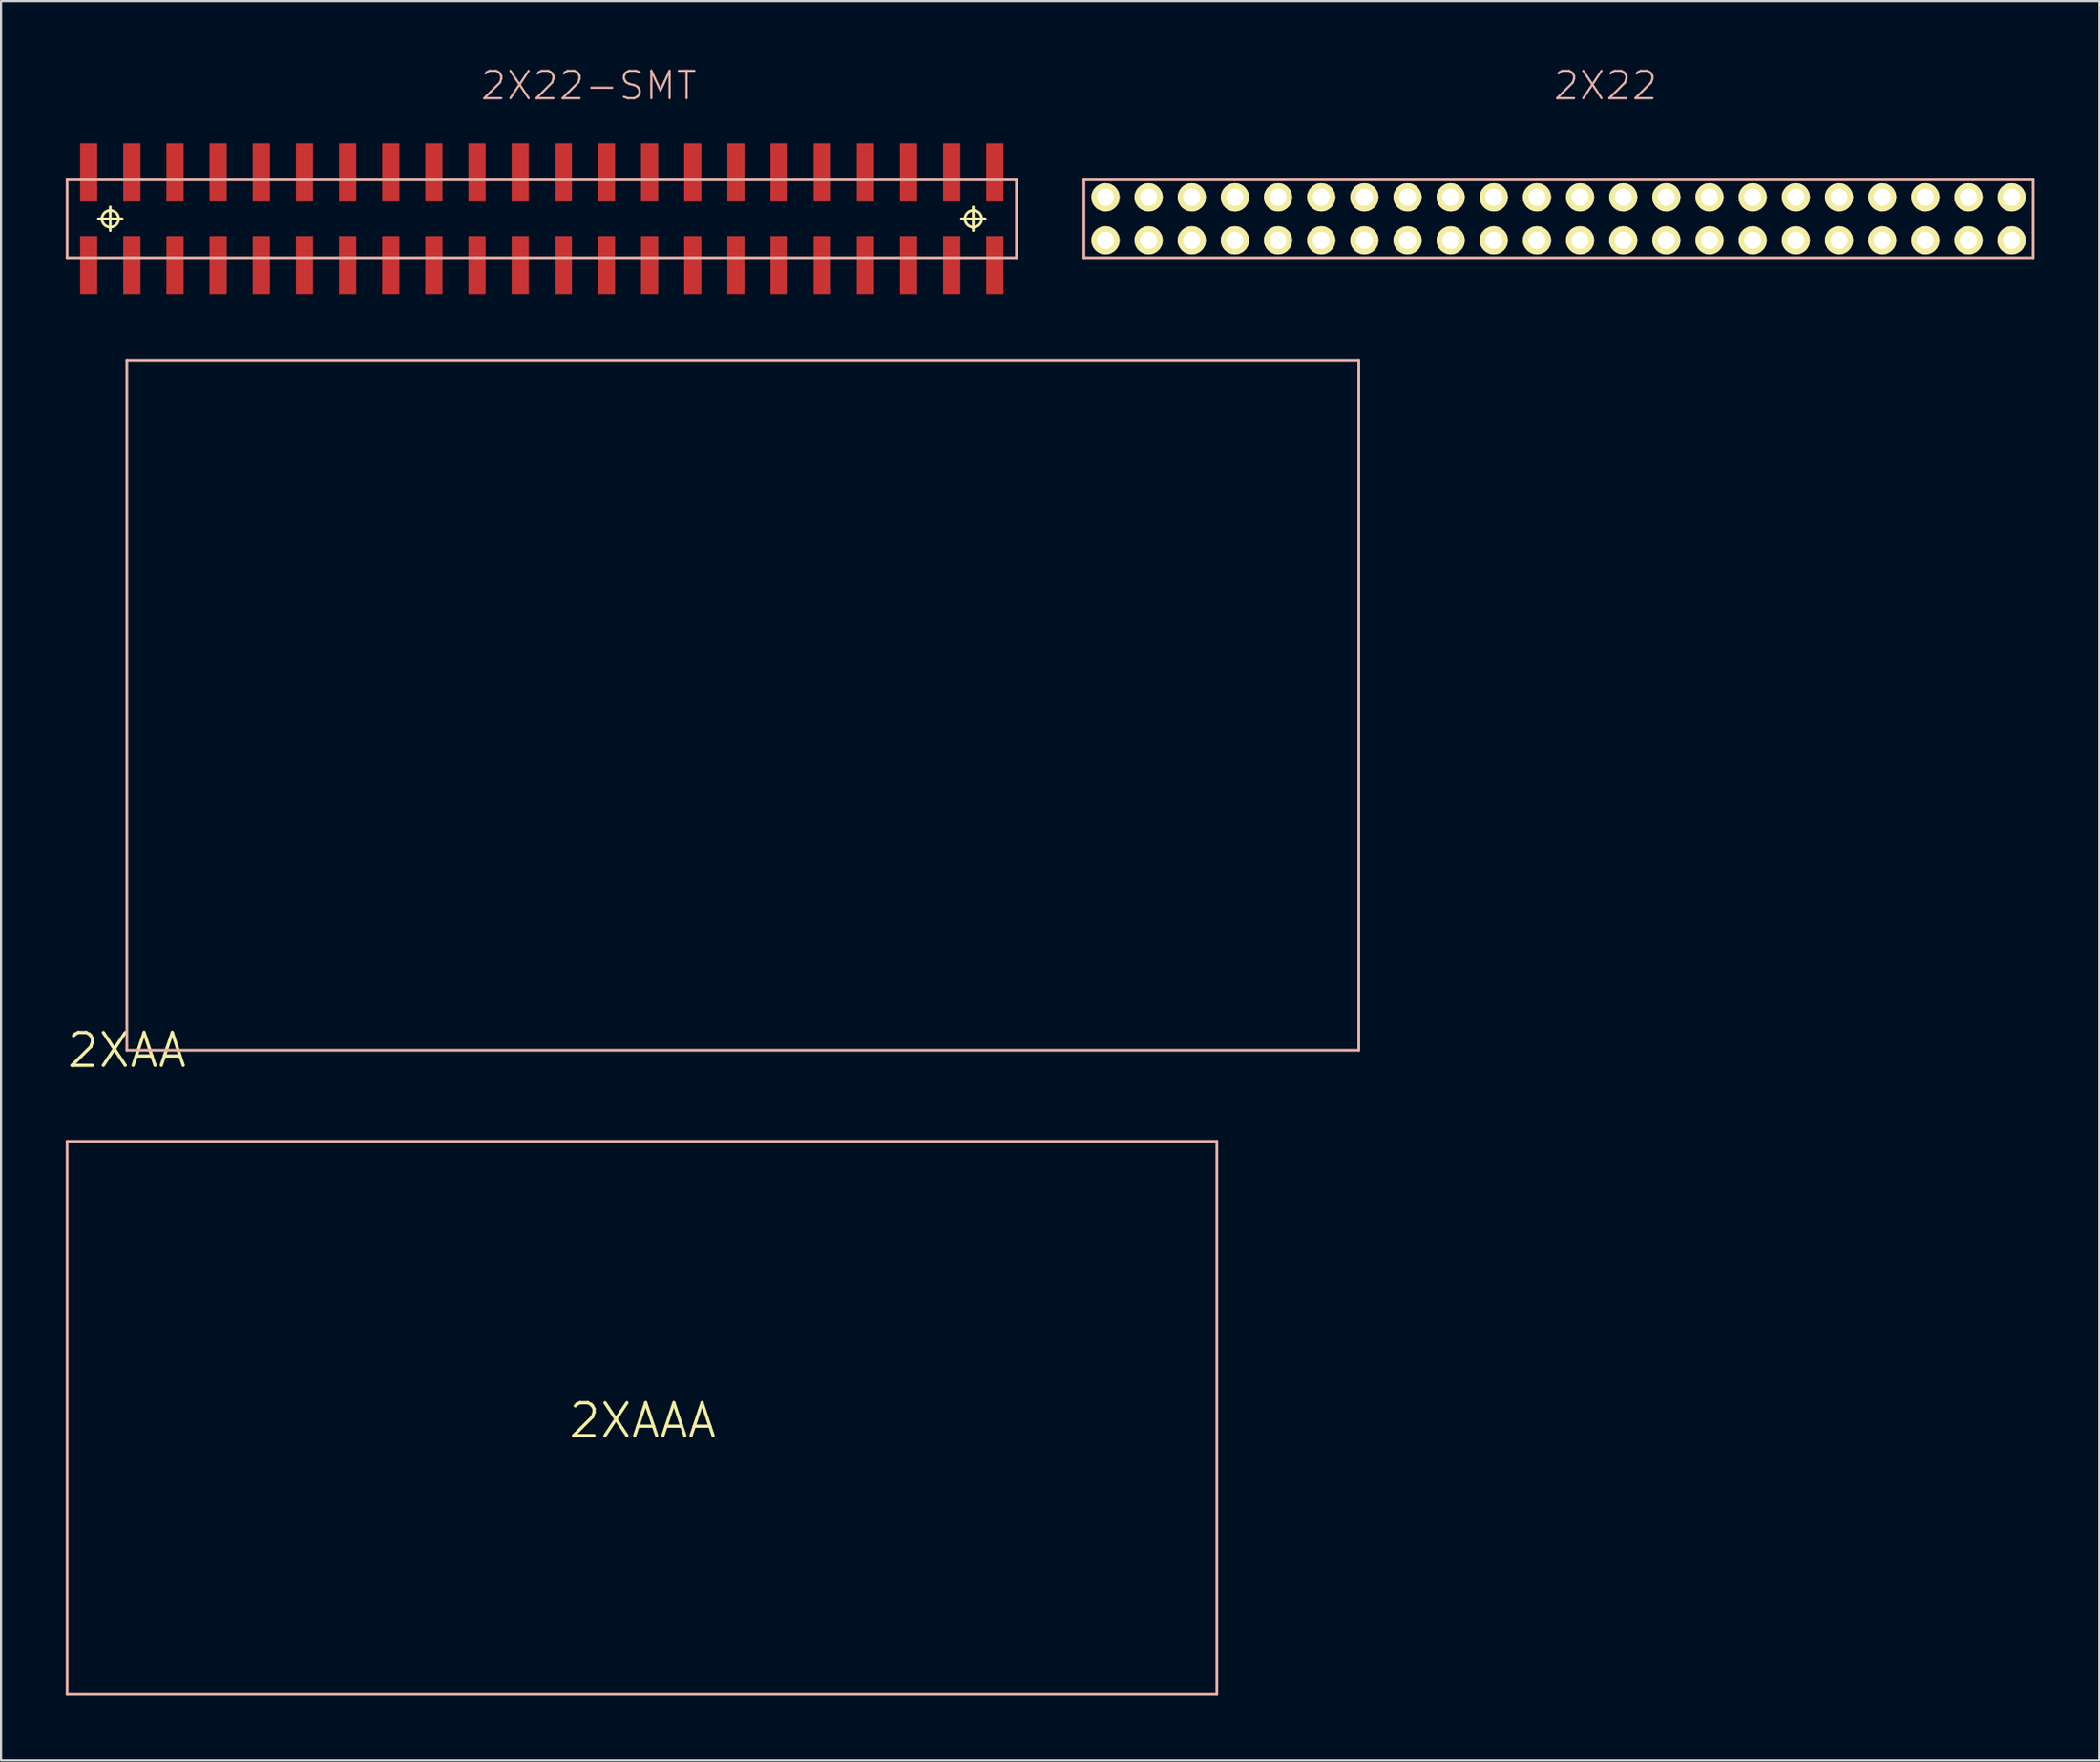
<source format=kicad_pcb>
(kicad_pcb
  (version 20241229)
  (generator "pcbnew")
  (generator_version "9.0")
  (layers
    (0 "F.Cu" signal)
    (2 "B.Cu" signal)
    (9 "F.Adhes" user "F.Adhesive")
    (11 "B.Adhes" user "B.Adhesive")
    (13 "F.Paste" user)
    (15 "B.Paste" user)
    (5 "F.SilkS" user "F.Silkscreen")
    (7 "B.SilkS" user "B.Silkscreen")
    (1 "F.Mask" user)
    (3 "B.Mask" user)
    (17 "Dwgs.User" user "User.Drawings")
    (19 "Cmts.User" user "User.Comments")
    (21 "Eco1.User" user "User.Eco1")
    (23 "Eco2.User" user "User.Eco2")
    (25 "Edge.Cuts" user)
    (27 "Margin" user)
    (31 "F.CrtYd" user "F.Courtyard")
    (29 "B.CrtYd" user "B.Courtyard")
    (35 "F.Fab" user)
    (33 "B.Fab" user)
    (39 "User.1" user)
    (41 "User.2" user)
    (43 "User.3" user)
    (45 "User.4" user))
  (footprint "2XAAA"
    (layer "F.Cu")
    (at 26.733 62.823)
    (property "Reference" "2XAAA" (at 0 0 0) (layer "F.SilkS") (effects (font (size 1.524 1.524) (thickness 0.15))))
    (attr exclude_from_pos_files exclude_from_bom)
    (fp_line (start -26.67 -12.949) (end -26.67 12.7) (stroke (width 0.127) (type solid)) (layer "B.SilkS"))
    (fp_line (start -26.67 12.7) (end 26.619 12.7) (stroke (width 0.127) (type solid)) (layer "B.SilkS"))
    (fp_line (start 26.619 -12.949) (end -26.67 -12.949) (stroke (width 0.127) (type solid)) (layer "B.SilkS"))
    (fp_line (start 26.619 12.7) (end 26.619 -12.949) (stroke (width 0.127) (type solid)) (layer "B.SilkS")))
  (footprint "2XAA"
    (layer "F.Cu")
    (at 2.83 45.656)
    (property "Reference" "2XAA" (at 0 0 0) (layer "F.SilkS") (effects (font (size 1.524 1.524) (thickness 0.15))))
    (attr exclude_from_pos_files exclude_from_bom)
    (fp_line (start 0 -31.999) (end 0 0) (stroke (width 0.127) (type solid)) (layer "B.SilkS"))
    (fp_line (start 0 0) (end 57.099 0) (stroke (width 0.127) (type solid)) (layer "B.SilkS"))
    (fp_line (start 57.099 -31.999) (end 0 -31.999) (stroke (width 0.127) (type solid)) (layer "B.SilkS"))
    (fp_line (start 57.099 0) (end 57.099 -31.999) (stroke (width 0.127) (type solid)) (layer "B.SilkS")))
  (footprint "2X22-SMT"
    (layer "F.Cu")
    (at 22.062 7.096)
    (property "Reference" "2X22-SMT" (at 2.174 -6.175 0) (layer "B.SilkS") (effects (font (size 1.27 1.27) (thickness 0.102))))
    (attr smd)
    (fp_line (start -20.549 0) (end -19.449 0) (stroke (width 0.127) (type solid)) (layer "F.SilkS"))
    (fp_line (start -20 0.549) (end -20 -0.549) (stroke (width 0.127) (type solid)) (layer "F.SilkS"))
    (fp_line (start 19.449 0) (end 20.549 0) (stroke (width 0.127) (type solid)) (layer "F.SilkS"))
    (fp_line (start 20 0.549) (end 20 -0.549) (stroke (width 0.127) (type solid)) (layer "F.SilkS"))
    (fp_circle (center -20 0) (end -20.274 0.274) (stroke (width 0.127) (type solid)) (fill no) (layer "F.SilkS"))
    (fp_circle (center 20 0) (end 20.274 0.274) (stroke (width 0.127) (type solid)) (fill no) (layer "F.SilkS"))
    (fp_line (start -21.999 -1.808) (end -21.999 1.808) (stroke (width 0.127) (type solid)) (layer "B.SilkS"))
    (fp_line (start -21.999 1.808) (end 21.999 1.808) (stroke (width 0.127) (type solid)) (layer "B.SilkS"))
    (fp_line (start 21.999 -1.808) (end -21.999 -1.808) (stroke (width 0.127) (type solid)) (layer "B.SilkS"))
    (fp_line (start 21.999 1.808) (end 21.999 -1.808) (stroke (width 0.127) (type solid)) (layer "B.SilkS"))
    (pad "1" smd rect (at -20.998 -2.149 90) (size 2.697 0.798) (layers "F.Cu" "F.Mask" "F.Paste"))
    (pad "2" smd rect (at -20.998 2.149 90) (size 2.697 0.798) (layers "F.Cu" "F.Mask" "F.Paste"))
    (pad "3" smd rect (at -18.999 -2.149 90) (size 2.697 0.798) (layers "F.Cu" "F.Mask" "F.Paste"))
    (pad "4" smd rect (at -18.999 2.149 90) (size 2.697 0.798) (layers "F.Cu" "F.Mask" "F.Paste"))
    (pad "5" smd rect (at -16.998 -2.149 90) (size 2.697 0.798) (layers "F.Cu" "F.Mask" "F.Paste"))
    (pad "6" smd rect (at -16.998 2.149 90) (size 2.697 0.798) (layers "F.Cu" "F.Mask" "F.Paste"))
    (pad "7" smd rect (at -14.999 -2.149 90) (size 2.697 0.798) (layers "F.Cu" "F.Mask" "F.Paste"))
    (pad "8" smd rect (at -14.999 2.149 90) (size 2.697 0.798) (layers "F.Cu" "F.Mask" "F.Paste"))
    (pad "9" smd rect (at -13 -2.149 90) (size 2.697 0.798) (layers "F.Cu" "F.Mask" "F.Paste"))
    (pad "10" smd rect (at -13 2.149 90) (size 2.697 0.798) (layers "F.Cu" "F.Mask" "F.Paste"))
    (pad "11" smd rect (at -10.998 -2.149 90) (size 2.697 0.798) (layers "F.Cu" "F.Mask" "F.Paste"))
    (pad "12" smd rect (at -10.998 2.149 90) (size 2.697 0.798) (layers "F.Cu" "F.Mask" "F.Paste"))
    (pad "13" smd rect (at -8.999 -2.149 90) (size 2.697 0.798) (layers "F.Cu" "F.Mask" "F.Paste"))
    (pad "14" smd rect (at -8.999 2.149 90) (size 2.697 0.798) (layers "F.Cu" "F.Mask" "F.Paste"))
    (pad "15" smd rect (at -6.998 -2.149 90) (size 2.697 0.798) (layers "F.Cu" "F.Mask" "F.Paste"))
    (pad "16" smd rect (at -6.998 2.149 90) (size 2.697 0.798) (layers "F.Cu" "F.Mask" "F.Paste"))
    (pad "17" smd rect (at -4.999 -2.149 90) (size 2.697 0.798) (layers "F.Cu" "F.Mask" "F.Paste"))
    (pad "18" smd rect (at -4.999 2.149 90) (size 2.697 0.798) (layers "F.Cu" "F.Mask" "F.Paste"))
    (pad "19" smd rect (at -3 -2.149 90) (size 2.697 0.798) (layers "F.Cu" "F.Mask" "F.Paste"))
    (pad "20" smd rect (at -3 2.149 90) (size 2.697 0.798) (layers "F.Cu" "F.Mask" "F.Paste"))
    (pad "21" smd rect (at -0.998 -2.149 90) (size 2.697 0.798) (layers "F.Cu" "F.Mask" "F.Paste"))
    (pad "22" smd rect (at -0.998 2.149 90) (size 2.697 0.798) (layers "F.Cu" "F.Mask" "F.Paste"))
    (pad "23" smd rect (at 0.998 -2.149 90) (size 2.697 0.798) (layers "F.Cu" "F.Mask" "F.Paste"))
    (pad "24" smd rect (at 0.998 2.149 90) (size 2.697 0.798) (layers "F.Cu" "F.Mask" "F.Paste"))
    (pad "25" smd rect (at 3 -2.149 90) (size 2.697 0.798) (layers "F.Cu" "F.Mask" "F.Paste"))
    (pad "26" smd rect (at 3 2.149 90) (size 2.697 0.798) (layers "F.Cu" "F.Mask" "F.Paste"))
    (pad "27" smd rect (at 4.999 -2.149 90) (size 2.697 0.798) (layers "F.Cu" "F.Mask" "F.Paste"))
    (pad "28" smd rect (at 4.999 2.149 90) (size 2.697 0.798) (layers "F.Cu" "F.Mask" "F.Paste"))
    (pad "29" smd rect (at 6.998 -2.149 90) (size 2.697 0.798) (layers "F.Cu" "F.Mask" "F.Paste"))
    (pad "30" smd rect (at 6.998 2.149 90) (size 2.697 0.798) (layers "F.Cu" "F.Mask" "F.Paste"))
    (pad "31" smd rect (at 8.999 -2.149 90) (size 2.697 0.798) (layers "F.Cu" "F.Mask" "F.Paste"))
    (pad "32" smd rect (at 8.999 2.149 90) (size 2.697 0.798) (layers "F.Cu" "F.Mask" "F.Paste"))
    (pad "33" smd rect (at 10.998 -2.149 90) (size 2.697 0.798) (layers "F.Cu" "F.Mask" "F.Paste"))
    (pad "34" smd rect (at 10.998 2.149 90) (size 2.697 0.798) (layers "F.Cu" "F.Mask" "F.Paste"))
    (pad "35" smd rect (at 13 -2.149 90) (size 2.697 0.798) (layers "F.Cu" "F.Mask" "F.Paste"))
    (pad "36" smd rect (at 13 2.149 90) (size 2.697 0.798) (layers "F.Cu" "F.Mask" "F.Paste"))
    (pad "37" smd rect (at 14.999 -2.149 90) (size 2.697 0.798) (layers "F.Cu" "F.Mask" "F.Paste"))
    (pad "38" smd rect (at 14.999 2.149 90) (size 2.697 0.798) (layers "F.Cu" "F.Mask" "F.Paste"))
    (pad "39" smd rect (at 16.998 -2.149 90) (size 2.697 0.798) (layers "F.Cu" "F.Mask" "F.Paste"))
    (pad "40" smd rect (at 16.998 2.149 90) (size 2.697 0.798) (layers "F.Cu" "F.Mask" "F.Paste"))
    (pad "41" smd rect (at 18.999 -2.149 90) (size 2.697 0.798) (layers "F.Cu" "F.Mask" "F.Paste"))
    (pad "42" smd rect (at 18.999 2.149 90) (size 2.697 0.798) (layers "F.Cu" "F.Mask" "F.Paste"))
    (pad "43" smd rect (at 20.998 -2.149 90) (size 2.697 0.798) (layers "F.Cu" "F.Mask" "F.Paste"))
    (pad "44" smd rect (at 20.998 2.149 90) (size 2.697 0.798) (layers "F.Cu" "F.Mask" "F.Paste")))
  (footprint "2X22"
    (layer "F.Cu")
    (at 69.187 7.096)
    (property "Reference" "2X22" (at 2.174 -6.175 0) (layer "B.SilkS") (effects (font (size 1.27 1.27) (thickness 0.102))))
    (attr exclude_from_pos_files exclude_from_bom)
    (fp_line (start -21.999 -1.808) (end -21.999 1.808) (stroke (width 0.127) (type solid)) (layer "B.SilkS"))
    (fp_line (start -21.999 1.808) (end 21.999 1.808) (stroke (width 0.127) (type solid)) (layer "B.SilkS"))
    (fp_line (start 21.999 -1.808) (end -21.999 -1.808) (stroke (width 0.127) (type solid)) (layer "B.SilkS"))
    (fp_line (start 21.999 1.808) (end 21.999 -1.808) (stroke (width 0.127) (type solid)) (layer "B.SilkS"))
    (pad "1" thru_hole circle (at -20.998 -0.998) (size 1.306 1.306) (drill 0.798) (layers "*.Cu" "F.Mask" "F.SilkS" "F.Paste"))
    (pad "2" thru_hole circle (at -20.998 0.998) (size 1.306 1.306) (drill 0.798) (layers "*.Cu" "F.Mask" "F.SilkS" "F.Paste"))
    (pad "3" thru_hole circle (at -18.999 -0.998) (size 1.306 1.306) (drill 0.798) (layers "*.Cu" "F.Mask" "F.SilkS" "F.Paste"))
    (pad "4" thru_hole circle (at -18.999 0.998) (size 1.306 1.306) (drill 0.798) (layers "*.Cu" "F.Mask" "F.SilkS" "F.Paste"))
    (pad "5" thru_hole circle (at -16.998 -0.998) (size 1.306 1.306) (drill 0.798) (layers "*.Cu" "F.Mask" "F.SilkS" "F.Paste"))
    (pad "6" thru_hole circle (at -16.998 0.998) (size 1.306 1.306) (drill 0.798) (layers "*.Cu" "F.Mask" "F.SilkS" "F.Paste"))
    (pad "7" thru_hole circle (at -14.999 -0.998) (size 1.306 1.306) (drill 0.798) (layers "*.Cu" "F.Mask" "F.SilkS" "F.Paste"))
    (pad "8" thru_hole circle (at -14.999 0.998) (size 1.306 1.306) (drill 0.798) (layers "*.Cu" "F.Mask" "F.SilkS" "F.Paste"))
    (pad "9" thru_hole circle (at -13 -0.998) (size 1.306 1.306) (drill 0.798) (layers "*.Cu" "F.Mask" "F.SilkS" "F.Paste"))
    (pad "10" thru_hole circle (at -13 0.998) (size 1.306 1.306) (drill 0.798) (layers "*.Cu" "F.Mask" "F.SilkS" "F.Paste"))
    (pad "11" thru_hole circle (at -10.998 -0.998) (size 1.306 1.306) (drill 0.798) (layers "*.Cu" "F.Mask" "F.SilkS" "F.Paste"))
    (pad "12" thru_hole circle (at -10.998 0.998) (size 1.306 1.306) (drill 0.798) (layers "*.Cu" "F.Mask" "F.SilkS" "F.Paste"))
    (pad "13" thru_hole circle (at -8.999 -0.998) (size 1.306 1.306) (drill 0.798) (layers "*.Cu" "F.Mask" "F.SilkS" "F.Paste"))
    (pad "14" thru_hole circle (at -8.999 0.998) (size 1.306 1.306) (drill 0.798) (layers "*.Cu" "F.Mask" "F.SilkS" "F.Paste"))
    (pad "15" thru_hole circle (at -6.998 -0.998) (size 1.306 1.306) (drill 0.798) (layers "*.Cu" "F.Mask" "F.SilkS" "F.Paste"))
    (pad "16" thru_hole circle (at -6.998 0.998) (size 1.306 1.306) (drill 0.798) (layers "*.Cu" "F.Mask" "F.SilkS" "F.Paste"))
    (pad "17" thru_hole circle (at -4.999 -0.998) (size 1.306 1.306) (drill 0.798) (layers "*.Cu" "F.Mask" "F.SilkS" "F.Paste"))
    (pad "18" thru_hole circle (at -4.999 0.998) (size 1.306 1.306) (drill 0.798) (layers "*.Cu" "F.Mask" "F.SilkS" "F.Paste"))
    (pad "19" thru_hole circle (at -3 -0.998) (size 1.306 1.306) (drill 0.798) (layers "*.Cu" "F.Mask" "F.SilkS" "F.Paste"))
    (pad "20" thru_hole circle (at -3 0.998) (size 1.306 1.306) (drill 0.798) (layers "*.Cu" "F.Mask" "F.SilkS" "F.Paste"))
    (pad "21" thru_hole circle (at -0.998 -0.998) (size 1.306 1.306) (drill 0.798) (layers "*.Cu" "F.Mask" "F.SilkS" "F.Paste"))
    (pad "22" thru_hole circle (at -0.998 0.998) (size 1.306 1.306) (drill 0.798) (layers "*.Cu" "F.Mask" "F.SilkS" "F.Paste"))
    (pad "23" thru_hole circle (at 0.998 -0.998) (size 1.306 1.306) (drill 0.798) (layers "*.Cu" "F.Mask" "F.SilkS" "F.Paste"))
    (pad "24" thru_hole circle (at 0.998 0.998) (size 1.306 1.306) (drill 0.798) (layers "*.Cu" "F.Mask" "F.SilkS" "F.Paste"))
    (pad "25" thru_hole circle (at 3 -0.998) (size 1.306 1.306) (drill 0.798) (layers "*.Cu" "F.Mask" "F.SilkS" "F.Paste"))
    (pad "26" thru_hole circle (at 3 0.998) (size 1.306 1.306) (drill 0.798) (layers "*.Cu" "F.Mask" "F.SilkS" "F.Paste"))
    (pad "27" thru_hole circle (at 4.999 -0.998) (size 1.306 1.306) (drill 0.798) (layers "*.Cu" "F.Mask" "F.SilkS" "F.Paste"))
    (pad "28" thru_hole circle (at 4.999 0.998) (size 1.306 1.306) (drill 0.798) (layers "*.Cu" "F.Mask" "F.SilkS" "F.Paste"))
    (pad "29" thru_hole circle (at 6.998 -0.998) (size 1.306 1.306) (drill 0.798) (layers "*.Cu" "F.Mask" "F.SilkS" "F.Paste"))
    (pad "30" thru_hole circle (at 6.998 0.998) (size 1.306 1.306) (drill 0.798) (layers "*.Cu" "F.Mask" "F.SilkS" "F.Paste"))
    (pad "31" thru_hole circle (at 8.999 -0.998) (size 1.306 1.306) (drill 0.798) (layers "*.Cu" "F.Mask" "F.SilkS" "F.Paste"))
    (pad "32" thru_hole circle (at 8.999 0.998) (size 1.306 1.306) (drill 0.798) (layers "*.Cu" "F.Mask" "F.SilkS" "F.Paste"))
    (pad "33" thru_hole circle (at 10.998 -0.998) (size 1.306 1.306) (drill 0.798) (layers "*.Cu" "F.Mask" "F.SilkS" "F.Paste"))
    (pad "34" thru_hole circle (at 10.998 0.998) (size 1.306 1.306) (drill 0.798) (layers "*.Cu" "F.Mask" "F.SilkS" "F.Paste"))
    (pad "35" thru_hole circle (at 13 -0.998) (size 1.306 1.306) (drill 0.798) (layers "*.Cu" "F.Mask" "F.SilkS" "F.Paste"))
    (pad "36" thru_hole circle (at 13 0.998) (size 1.306 1.306) (drill 0.798) (layers "*.Cu" "F.Mask" "F.SilkS" "F.Paste"))
    (pad "37" thru_hole circle (at 14.999 -0.998) (size 1.306 1.306) (drill 0.798) (layers "*.Cu" "F.Mask" "F.SilkS" "F.Paste"))
    (pad "38" thru_hole circle (at 14.999 0.998) (size 1.306 1.306) (drill 0.798) (layers "*.Cu" "F.Mask" "F.SilkS" "F.Paste"))
    (pad "39" thru_hole circle (at 16.998 -0.998) (size 1.306 1.306) (drill 0.798) (layers "*.Cu" "F.Mask" "F.SilkS" "F.Paste"))
    (pad "40" thru_hole circle (at 16.998 0.998) (size 1.306 1.306) (drill 0.798) (layers "*.Cu" "F.Mask" "F.SilkS" "F.Paste"))
    (pad "41" thru_hole circle (at 18.999 -0.998) (size 1.306 1.306) (drill 0.798) (layers "*.Cu" "F.Mask" "F.SilkS" "F.Paste"))
    (pad "42" thru_hole circle (at 18.999 0.998) (size 1.306 1.306) (drill 0.798) (layers "*.Cu" "F.Mask" "F.SilkS" "F.Paste"))
    (pad "43" thru_hole circle (at 20.998 -0.998) (size 1.306 1.306) (drill 0.798) (layers "*.Cu" "F.Mask" "F.SilkS" "F.Paste"))
    (pad "44" thru_hole circle (at 20.998 0.998) (size 1.306 1.306) (drill 0.798) (layers "*.Cu" "F.Mask" "F.SilkS" "F.Paste")))
  (gr_rect
    (start -3 -3)
    (end 94.25 78.587)
    (stroke (width 0.1) (type default))
    (fill no)
    (layer "Edge.Cuts")))
</source>
